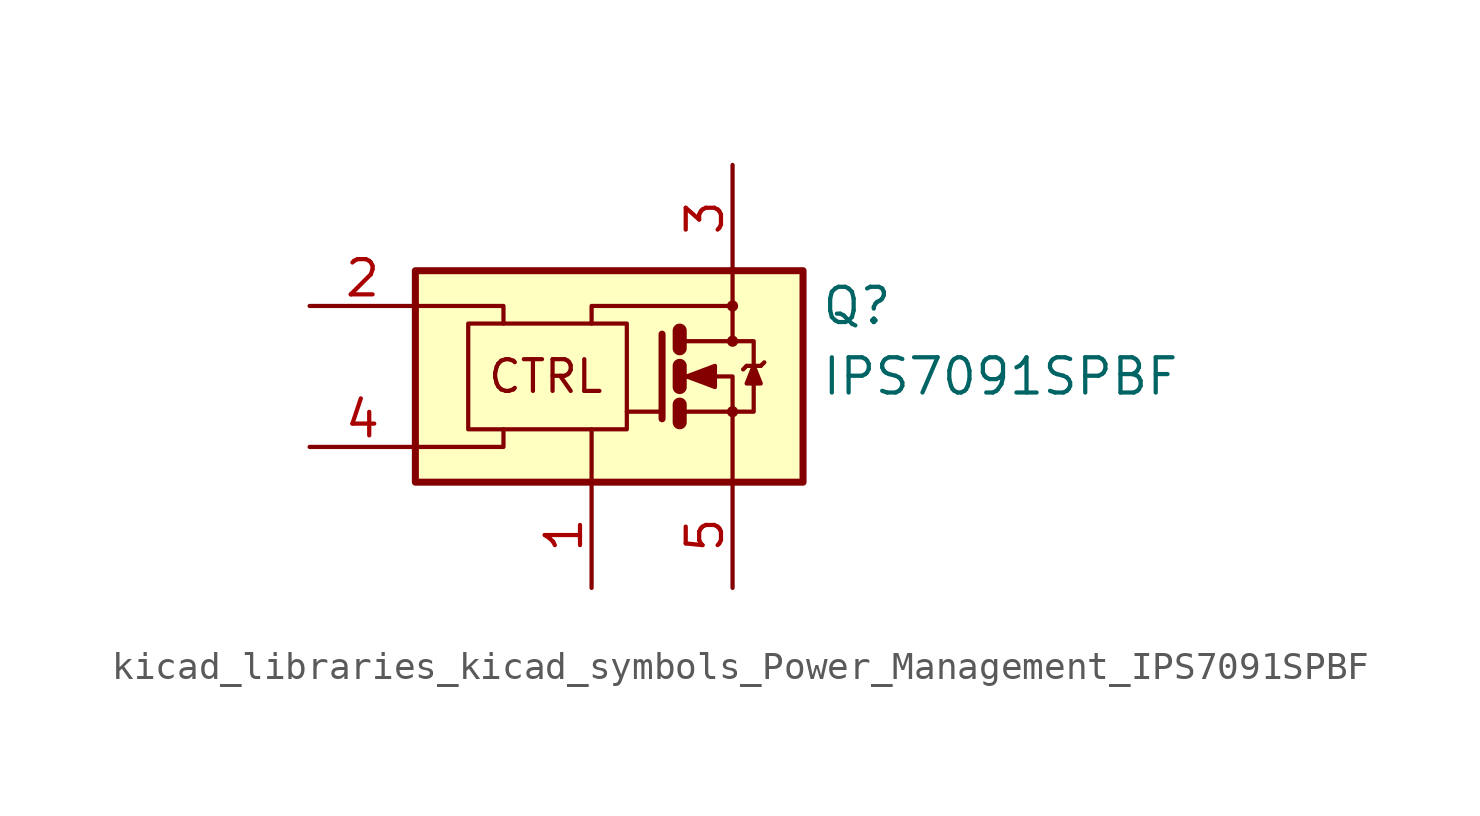
<source format=kicad_sym>
(kicad_symbol_lib
  (version 20220914)
  (generator kicad_symbol_editor)
  (symbol "kicad_libraries_kicad_symbols_Power_Management_IPS7091SPBF"
    (pin_names
      (offset 0) hide)
    (property "Reference" "Q"
      (at 8.255 2.54 0)
      (effects (font (size 1.27 1.27)) (justify left)))
    (property "Value" "IPS7091SPBF"
      (at 8.255 0 0)
      (effects (font (size 1.27 1.27)) (justify left)))
    (symbol "kicad_libraries_kicad_symbols_Power_Management_IPS7091SPBF_0_0"
      (rectangle (start -6.35 3.81) (end 7.62 -3.81) (stroke (width 0.254) (type default)) (fill (type background)))
      (polyline (pts (xy 0 -3.81) (xy 0 -1.905)) (stroke (width 0) (type default)) (fill (type none)))
      (polyline (pts (xy -6.35 -2.54) (xy -3.175 -2.54) (xy -3.175 -1.905)) (stroke (width 0) (type default)) (fill (type none)))
      (polyline (pts (xy -6.35 2.54) (xy -3.175 2.54) (xy -3.175 1.905)) (stroke (width 0) (type default)) (fill (type none)))
      (polyline (pts (xy 0 1.905) (xy 0 2.54) (xy 5.08 2.54)) (stroke (width 0) (type default)) (fill (type none)))
      (circle (center 5.08 2.54) (radius 0.127) (stroke (width 0) (type default)) (fill (type none)))
      (text "CTRL" (at -1.651 0 0) (effects (font (size 1.143 1.143)))))
    (symbol "kicad_libraries_kicad_symbols_Power_Management_IPS7091SPBF_0_1"
      (rectangle (start -4.445 1.905) (end 1.27 -1.905) (stroke (width 0) (type default)) (fill (type none)))
      (polyline (pts (xy 2.54 -1.27) (xy 1.27 -1.27)) (stroke (width 0) (type default)) (fill (type none)))
      (polyline (pts (xy 3.175 -1.016) (xy 3.175 -1.651)) (stroke (width 0.508) (type default)) (fill (type none)))
      (polyline (pts (xy 3.175 0.381) (xy 3.175 -0.381)) (stroke (width 0.508) (type default)) (fill (type none)))
      (polyline (pts (xy 3.175 1.651) (xy 3.175 1.016)) (stroke (width 0.508) (type default)) (fill (type none)))
      (polyline (pts (xy 5.08 1.27) (xy 5.08 3.81)) (stroke (width 0) (type default)) (fill (type none)))
      (polyline (pts (xy 5.588 0.381) (xy 5.461 0.254)) (stroke (width 0) (type default)) (fill (type none)))
      (polyline (pts (xy 5.588 0.381) (xy 6.096 0.381)) (stroke (width 0) (type default)) (fill (type none)))
      (polyline (pts (xy 6.096 0.381) (xy 6.223 0.508)) (stroke (width 0) (type default)) (fill (type none)))
      (polyline (pts (xy 2.54 1.524) (xy 2.54 -1.524) (xy 2.54 -1.524)) (stroke (width 0.254) (type default)) (fill (type none)))
      (polyline (pts (xy 3.302 0) (xy 5.08 0) (xy 5.08 -3.81)) (stroke (width 0) (type default)) (fill (type none)))
      (polyline (pts (xy 3.302 -1.27) (xy 5.842 -1.27) (xy 5.842 1.27) (xy 3.302 1.27)) (stroke (width 0) (type default)) (fill (type none)))
      (polyline (pts (xy 5.842 0.381) (xy 5.588 -0.254) (xy 6.096 -0.254) (xy 5.842 0.381)) (stroke (width 0) (type default)) (fill (type outline)))
      (polyline (pts (xy 3.429 0) (xy 4.445 0.381) (xy 4.445 -0.381) (xy 3.429 0) (xy 3.556 0) (xy 3.556 0)) (stroke (width 0) (type default)) (fill (type outline)))
      (circle (center 5.08 -1.27) (radius 0.127) (stroke (width 0) (type default)) (fill (type none)))
      (circle (center 5.08 1.27) (radius 0.127) (stroke (width 0) (type default)) (fill (type none))))
    (symbol "kicad_libraries_kicad_symbols_Power_Management_IPS7091SPBF_1_1"
      (pin power_in line (at 0 -7.62 90) (length 3.81) (name "GND" (effects (font (size 1.27 1.27)))) (number "1" (effects (font (size 1.27 1.27)))))
      (pin input line (at -10.16 2.54 0) (length 3.81) (name "IN" (effects (font (size 1.27 1.27)))) (number "2" (effects (font (size 1.27 1.27)))))
      (pin power_in line (at 5.08 7.62 270) (length 3.81) (name "VCC" (effects (font (size 1.27 1.27)))) (number "3" (effects (font (size 1.27 1.27)))))
      (pin bidirectional line (at -10.16 -2.54 0) (length 3.81) (name "DG" (effects (font (size 1.27 1.27)))) (number "4" (effects (font (size 1.27 1.27)))))
      (pin output line (at 5.08 -7.62 90) (length 3.81) (name "OUT" (effects (font (size 1.27 1.27)))) (number "5" (effects (font (size 1.27 1.27))))))))
</source>
